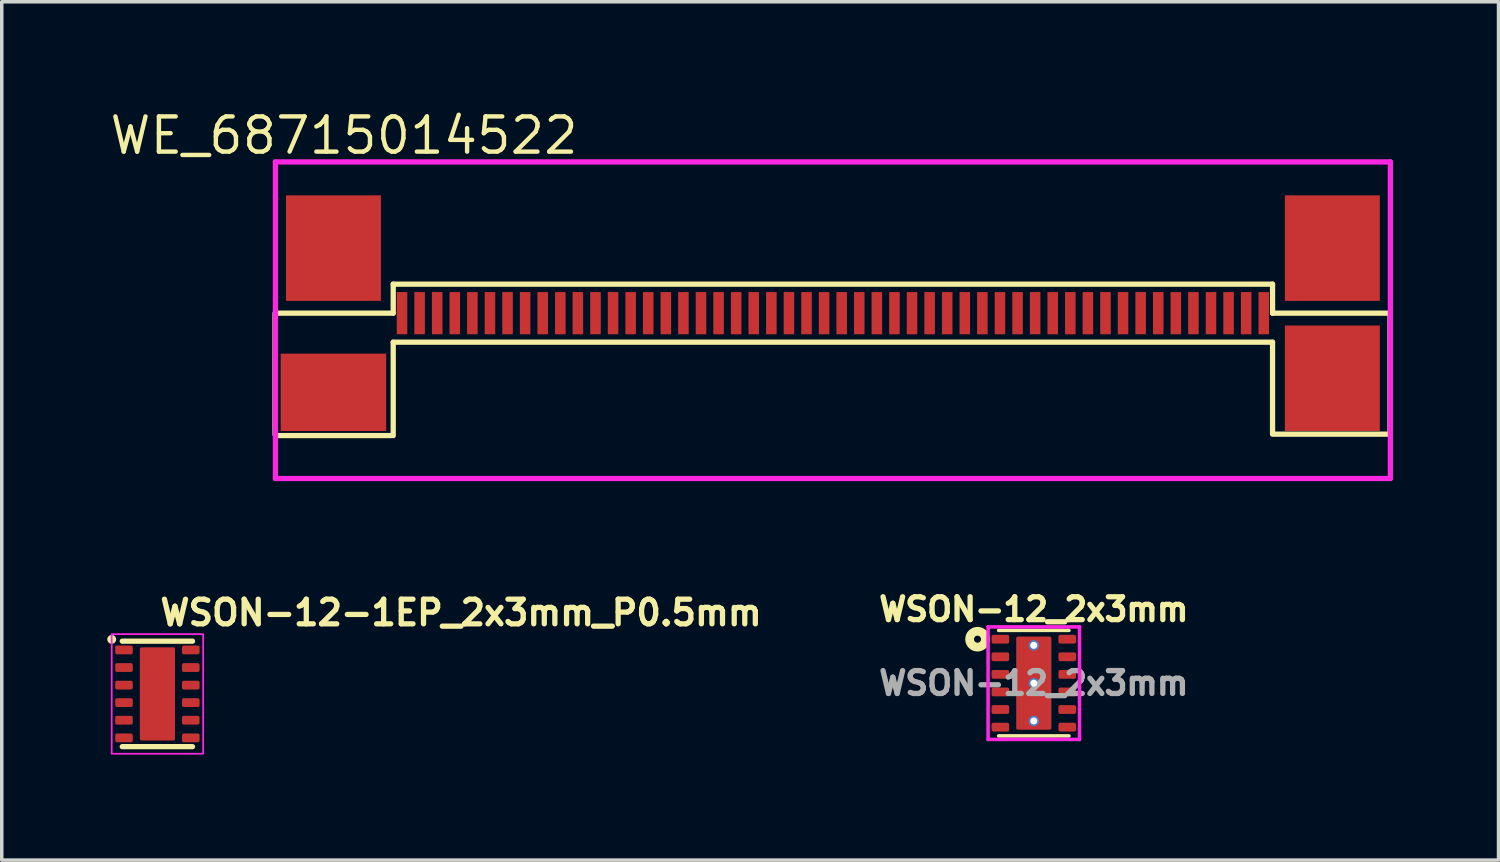
<source format=kicad_pcb>
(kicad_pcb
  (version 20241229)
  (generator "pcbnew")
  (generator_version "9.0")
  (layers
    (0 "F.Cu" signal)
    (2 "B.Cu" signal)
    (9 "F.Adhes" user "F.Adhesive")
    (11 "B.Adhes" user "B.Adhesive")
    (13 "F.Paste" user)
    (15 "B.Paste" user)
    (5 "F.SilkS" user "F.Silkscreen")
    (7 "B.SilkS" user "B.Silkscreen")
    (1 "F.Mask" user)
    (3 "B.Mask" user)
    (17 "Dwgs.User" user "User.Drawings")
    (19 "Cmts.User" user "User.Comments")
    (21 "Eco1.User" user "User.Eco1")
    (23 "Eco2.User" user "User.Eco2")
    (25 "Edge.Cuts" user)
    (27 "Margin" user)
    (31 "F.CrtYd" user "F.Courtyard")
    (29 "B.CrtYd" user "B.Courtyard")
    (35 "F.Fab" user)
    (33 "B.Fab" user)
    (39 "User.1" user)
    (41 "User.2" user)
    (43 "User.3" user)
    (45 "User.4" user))
  (footprint "WSON-12_2x3mm"
    (layer "F.Cu")
    (at 26.342 16.373)
    (property "Reference" "WSON-12_2x3mm" (at 0 -2.1 0) (layer "F.SilkS") (effects (font (size 0.65 0.65) (thickness 0.15))))
    (attr smd)
    (fp_line (start -1 -1.5) (end 1 -1.5) (stroke (width 0.1) (type solid)) (layer "F.SilkS"))
    (fp_line (start 1 1.5) (end -1 1.5) (stroke (width 0.1) (type solid)) (layer "F.SilkS"))
    (fp_circle (center -1.6 -1.25) (end -1.5 -1.25) (stroke (width 0.25) (type solid)) (fill no) (layer "F.SilkS"))
    (fp_poly (pts (xy -0.475 -1.3) (xy 0.475 -1.3) (xy 0.475 -0.125) (xy -0.475 -0.125)) (stroke (width 0.01) (type solid)) (fill yes) (layer "F.Paste"))
    (fp_poly (pts (xy 0.475 1.3) (xy -0.475 1.3) (xy -0.475 0.125) (xy 0.475 0.125)) (stroke (width 0.01) (type solid)) (fill yes) (layer "F.Paste"))
    (fp_line (start -1.3 -1.6) (end -1.3 1.6) (stroke (width 0.1) (type solid)) (layer "F.CrtYd"))
    (fp_line (start -1.3 -1.6) (end 1.3 -1.6) (stroke (width 0.1) (type solid)) (layer "F.CrtYd"))
    (fp_line (start 1.3 -1.6) (end 1.3 1.6) (stroke (width 0.1) (type solid)) (layer "F.CrtYd"))
    (fp_line (start 1.3 1.6) (end -1.3 1.6) (stroke (width 0.1) (type solid)) (layer "F.CrtYd"))
    (fp_text user "${REFERENCE}" (at 0 0 0) (layer "F.Fab") (effects (font (size 0.65 0.65) (thickness 0.15))))
    (pad "1" smd roundrect (at -0.95 -1.25) (size 0.5 0.25) (layers "F.Cu" "F.Mask" "F.Paste") (roundrect_rratio 0.2))
    (pad "2" smd roundrect (at -0.95 -0.75) (size 0.5 0.25) (layers "F.Cu" "F.Mask" "F.Paste") (roundrect_rratio 0.2))
    (pad "3" smd roundrect (at -0.95 -0.25) (size 0.5 0.25) (layers "F.Cu" "F.Mask" "F.Paste") (roundrect_rratio 0.2))
    (pad "4" smd roundrect (at -0.95 0.25) (size 0.5 0.25) (layers "F.Cu" "F.Mask" "F.Paste") (roundrect_rratio 0.2))
    (pad "5" smd roundrect (at -0.95 0.75) (size 0.5 0.25) (layers "F.Cu" "F.Mask" "F.Paste") (roundrect_rratio 0.2))
    (pad "6" smd roundrect (at -0.95 1.25) (size 0.5 0.25) (layers "F.Cu" "F.Mask" "F.Paste") (roundrect_rratio 0.2))
    (pad "7" smd roundrect (at 0.95 1.25 180) (size 0.5 0.25) (layers "F.Cu" "F.Mask" "F.Paste") (roundrect_rratio 0.2))
    (pad "8" smd roundrect (at 0.95 0.75 180) (size 0.5 0.25) (layers "F.Cu" "F.Mask" "F.Paste") (roundrect_rratio 0.2))
    (pad "9" smd roundrect (at 0.95 0.25 180) (size 0.5 0.25) (layers "F.Cu" "F.Mask" "F.Paste") (roundrect_rratio 0.2))
    (pad "10" smd roundrect (at 0.95 -0.25 180) (size 0.5 0.25) (layers "F.Cu" "F.Mask" "F.Paste") (roundrect_rratio 0.2))
    (pad "11" smd roundrect (at 0.95 -0.75 180) (size 0.5 0.25) (layers "F.Cu" "F.Mask" "F.Paste") (roundrect_rratio 0.2))
    (pad "12" smd roundrect (at 0.95 -1.25 180) (size 0.5 0.25) (layers "F.Cu" "F.Mask" "F.Paste") (roundrect_rratio 0.2))
    (pad "13" thru_hole circle (at 0 -1.075 180) (size 0.3 0.3) (drill 0.2) (layers "*.Cu" "*.Mask"))
    (pad "13" thru_hole circle (at 0 0 180) (size 0.3 0.3) (drill 0.2) (layers "*.Cu" "*.Mask"))
    (pad "13" smd roundrect (at 0 0) (size 1 2.65) (layers "F.Cu" "F.Mask" "F.Paste") (roundrect_rratio 0.05))
    (pad "13" thru_hole circle (at 0 1.075) (size 0.3 0.3) (drill 0.2) (layers "*.Cu" "*.Mask")))
  (footprint "WE_68715014522"
    (layer "F.Cu")
    (at 20.63 5.254)
    (property "Reference" "WE_68715014522" (at -13.9 -4.45 0) (layer "F.SilkS") (effects (font (size 1 1) (thickness 0.125))))
    (attr smd)
    (fp_line (start -15.86 4.05) (end -15.86 0.6) (stroke (width 0.15) (type solid)) (layer "F.SilkS"))
    (fp_line (start -15.83 0.6) (end -12.5 0.6) (stroke (width 0.15) (type solid)) (layer "F.SilkS"))
    (fp_line (start -12.56 4.08) (end -15.84 4.08) (stroke (width 0.15) (type solid)) (layer "F.SilkS"))
    (fp_line (start -12.5 -0.225) (end 12.5 -0.225) (stroke (width 0.15) (type solid)) (layer "F.SilkS"))
    (fp_line (start -12.5 0.6) (end -12.5 -0.225) (stroke (width 0.15) (type solid)) (layer "F.SilkS"))
    (fp_line (start -12.5 1.425) (end -12.5 4.08) (stroke (width 0.15) (type solid)) (layer "F.SilkS"))
    (fp_line (start -12.5 1.425) (end 12.5 1.425) (stroke (width 0.15) (type solid)) (layer "F.SilkS"))
    (fp_line (start 12.5 0.6) (end 12.5 -0.225) (stroke (width 0.15) (type solid)) (layer "F.SilkS"))
    (fp_line (start 12.5 1.425) (end 12.5 4.01) (stroke (width 0.15) (type solid)) (layer "F.SilkS"))
    (fp_line (start 12.5 4.04) (end 15.84 4.04) (stroke (width 0.15) (type solid)) (layer "F.SilkS"))
    (fp_line (start 15.81 0.6) (end 12.5 0.6) (stroke (width 0.15) (type solid)) (layer "F.SilkS"))
    (fp_line (start 15.84 4.04) (end 15.84 0.6) (stroke (width 0.15) (type solid)) (layer "F.SilkS"))
    (fp_line (start -15.85 -3.7) (end -15.85 5.3) (stroke (width 0.15) (type solid)) (layer "F.CrtYd"))
    (fp_line (start -15.85 5.3) (end 15.85 5.3) (stroke (width 0.15) (type solid)) (layer "F.CrtYd"))
    (fp_line (start 15.85 -3.7) (end -15.85 -3.7) (stroke (width 0.15) (type solid)) (layer "F.CrtYd"))
    (fp_line (start 15.85 5.3) (end 15.85 -3.7) (stroke (width 0.15) (type solid)) (layer "F.CrtYd"))
    (pad "1" smd rect (at -12.25 0.6) (size 0.3 1.2) (layers "F.Cu" "F.Mask" "F.Paste"))
    (pad "2" smd rect (at -11.75 0.6) (size 0.3 1.2) (layers "F.Cu" "F.Mask" "F.Paste"))
    (pad "3" smd rect (at -11.25 0.6) (size 0.3 1.2) (layers "F.Cu" "F.Mask" "F.Paste"))
    (pad "4" smd rect (at -10.75 0.6) (size 0.3 1.2) (layers "F.Cu" "F.Mask" "F.Paste"))
    (pad "5" smd rect (at -10.25 0.6) (size 0.3 1.2) (layers "F.Cu" "F.Mask" "F.Paste"))
    (pad "6" smd rect (at -9.75 0.6) (size 0.3 1.2) (layers "F.Cu" "F.Mask" "F.Paste"))
    (pad "7" smd rect (at -9.25 0.6) (size 0.3 1.2) (layers "F.Cu" "F.Mask" "F.Paste"))
    (pad "8" smd rect (at -8.75 0.6) (size 0.3 1.2) (layers "F.Cu" "F.Mask" "F.Paste"))
    (pad "9" smd rect (at -8.25 0.6) (size 0.3 1.2) (layers "F.Cu" "F.Mask" "F.Paste"))
    (pad "10" smd rect (at -7.75 0.6) (size 0.3 1.2) (layers "F.Cu" "F.Mask" "F.Paste"))
    (pad "11" smd rect (at -7.25 0.6) (size 0.3 1.2) (layers "F.Cu" "F.Mask" "F.Paste"))
    (pad "12" smd rect (at -6.75 0.6) (size 0.3 1.2) (layers "F.Cu" "F.Mask" "F.Paste"))
    (pad "13" smd rect (at -6.25 0.6) (size 0.3 1.2) (layers "F.Cu" "F.Mask" "F.Paste"))
    (pad "14" smd rect (at -5.75 0.6) (size 0.3 1.2) (layers "F.Cu" "F.Mask" "F.Paste"))
    (pad "15" smd rect (at -5.25 0.6) (size 0.3 1.2) (layers "F.Cu" "F.Mask" "F.Paste"))
    (pad "16" smd rect (at -4.75 0.6) (size 0.3 1.2) (layers "F.Cu" "F.Mask" "F.Paste"))
    (pad "17" smd rect (at -4.25 0.6) (size 0.3 1.2) (layers "F.Cu" "F.Mask" "F.Paste"))
    (pad "18" smd rect (at -3.75 0.6) (size 0.3 1.2) (layers "F.Cu" "F.Mask" "F.Paste"))
    (pad "19" smd rect (at -3.25 0.6) (size 0.3 1.2) (layers "F.Cu" "F.Mask" "F.Paste"))
    (pad "20" smd rect (at -2.75 0.6) (size 0.3 1.2) (layers "F.Cu" "F.Mask" "F.Paste"))
    (pad "21" smd rect (at -2.25 0.6) (size 0.3 1.2) (layers "F.Cu" "F.Mask" "F.Paste"))
    (pad "22" smd rect (at -1.75 0.6) (size 0.3 1.2) (layers "F.Cu" "F.Mask" "F.Paste"))
    (pad "23" smd rect (at -1.25 0.6) (size 0.3 1.2) (layers "F.Cu" "F.Mask" "F.Paste"))
    (pad "24" smd rect (at -0.75 0.6) (size 0.3 1.2) (layers "F.Cu" "F.Mask" "F.Paste"))
    (pad "25" smd rect (at -0.25 0.6) (size 0.3 1.2) (layers "F.Cu" "F.Mask" "F.Paste"))
    (pad "26" smd rect (at 0.25 0.6) (size 0.3 1.2) (layers "F.Cu" "F.Mask" "F.Paste"))
    (pad "27" smd rect (at 0.75 0.6) (size 0.3 1.2) (layers "F.Cu" "F.Mask" "F.Paste"))
    (pad "28" smd rect (at 1.25 0.6) (size 0.3 1.2) (layers "F.Cu" "F.Mask" "F.Paste"))
    (pad "29" smd rect (at 1.75 0.6) (size 0.3 1.2) (layers "F.Cu" "F.Mask" "F.Paste"))
    (pad "30" smd rect (at 2.25 0.6) (size 0.3 1.2) (layers "F.Cu" "F.Mask" "F.Paste"))
    (pad "31" smd rect (at 2.75 0.6) (size 0.3 1.2) (layers "F.Cu" "F.Mask" "F.Paste"))
    (pad "32" smd rect (at 3.25 0.6) (size 0.3 1.2) (layers "F.Cu" "F.Mask" "F.Paste"))
    (pad "33" smd rect (at 3.75 0.6) (size 0.3 1.2) (layers "F.Cu" "F.Mask" "F.Paste"))
    (pad "34" smd rect (at 4.25 0.6) (size 0.3 1.2) (layers "F.Cu" "F.Mask" "F.Paste"))
    (pad "35" smd rect (at 4.75 0.6) (size 0.3 1.2) (layers "F.Cu" "F.Mask" "F.Paste"))
    (pad "36" smd rect (at 5.25 0.6) (size 0.3 1.2) (layers "F.Cu" "F.Mask" "F.Paste"))
    (pad "37" smd rect (at 5.75 0.6) (size 0.3 1.2) (layers "F.Cu" "F.Mask" "F.Paste"))
    (pad "38" smd rect (at 6.25 0.6) (size 0.3 1.2) (layers "F.Cu" "F.Mask" "F.Paste"))
    (pad "39" smd rect (at 6.75 0.6) (size 0.3 1.2) (layers "F.Cu" "F.Mask" "F.Paste"))
    (pad "40" smd rect (at 7.25 0.6) (size 0.3 1.2) (layers "F.Cu" "F.Mask" "F.Paste"))
    (pad "41" smd rect (at 7.75 0.6) (size 0.3 1.2) (layers "F.Cu" "F.Mask" "F.Paste"))
    (pad "42" smd rect (at 8.25 0.6) (size 0.3 1.2) (layers "F.Cu" "F.Mask" "F.Paste"))
    (pad "43" smd rect (at 8.75 0.6) (size 0.3 1.2) (layers "F.Cu" "F.Mask" "F.Paste"))
    (pad "44" smd rect (at 9.25 0.6) (size 0.3 1.2) (layers "F.Cu" "F.Mask" "F.Paste"))
    (pad "45" smd rect (at 9.75 0.6) (size 0.3 1.2) (layers "F.Cu" "F.Mask" "F.Paste"))
    (pad "46" smd rect (at 10.25 0.6) (size 0.3 1.2) (layers "F.Cu" "F.Mask" "F.Paste"))
    (pad "47" smd rect (at 10.75 0.6) (size 0.3 1.2) (layers "F.Cu" "F.Mask" "F.Paste"))
    (pad "48" smd rect (at 11.25 0.6) (size 0.3 1.2) (layers "F.Cu" "F.Mask" "F.Paste"))
    (pad "49" smd rect (at 11.75 0.6) (size 0.3 1.2) (layers "F.Cu" "F.Mask" "F.Paste"))
    (pad "50" smd rect (at 12.25 0.6) (size 0.3 1.2) (layers "F.Cu" "F.Mask" "F.Paste"))
    (pad "~" smd rect (at -14.2 -1.25) (size 2.7 3) (layers "F.Cu" "F.Mask" "F.Paste"))
    (pad "~" smd rect (at -14.2 2.85) (size 3 2.2) (layers "F.Cu" "F.Mask" "F.Paste"))
    (pad "~" smd rect (at 14.2 -1.25) (size 2.7 3) (layers "F.Cu" "F.Mask" "F.Paste"))
    (pad "~" smd rect (at 14.2 2.45) (size 2.7 3) (layers "F.Cu" "F.Mask" "F.Paste")))
  (footprint "WSON-12-1EP_2x3mm_P0.5mm"
    (layer "F.Cu")
    (at 1.426 16.679)
    (property "Reference" "WSON-12-1EP_2x3mm_P0.5mm" (at 0 -1.9 0) (layer "F.SilkS") (effects (font (size 0.7 0.7) (thickness 0.15)) (justify left bottom)))
    (attr smd)
    (fp_line (start -1 -1.5) (end 0.997 -1.5) (stroke (width 0.15) (type solid)) (layer "F.SilkS"))
    (fp_line (start 0.997 1.499) (end -1 1.499) (stroke (width 0.15) (type solid)) (layer "F.SilkS"))
    (fp_circle (center -1.3 -1.551) (end -1.249 -1.551) (stroke (width 0.15) (type solid)) (fill yes) (layer "F.SilkS"))
    (fp_poly (pts (xy -0.476 -1.301) (xy 0.473 -1.301) (xy 0.473 -0.125) (xy -0.476 -0.125)) (stroke (width 0.01) (type solid)) (fill yes) (layer "F.Paste"))
    (fp_poly (pts (xy 0.473 1.3) (xy -0.476 1.3) (xy -0.476 0.122) (xy 0.473 0.122)) (stroke (width 0.01) (type solid)) (fill yes) (layer "F.Paste"))
    (fp_rect (start -1.3 -1.7) (end 1.3 1.7) (stroke (width 0.05) (type solid)) (fill no) (layer "F.CrtYd"))
    (fp_rect (start -1 -1.5) (end 0.998 1.499) (stroke (width 0.1) (type solid)) (fill no) (layer "User.5"))
    (fp_line (start -1 -1.5) (end -1 1.499) (stroke (width 0.02) (type solid)) (layer "User.9"))
    (fp_line (start -1 1.499) (end 0.998 1.499) (stroke (width 0.02) (type solid)) (layer "User.9"))
    (fp_line (start 0.998 -1.5) (end -1 -1.5) (stroke (width 0.02) (type solid)) (layer "User.9"))
    (fp_line (start 0.998 1.499) (end 0.998 -1.5) (stroke (width 0.02) (type solid)) (layer "User.9"))
    (pad "1" smd roundrect (at -0.951 -1.25) (size 0.5 0.25) (layers "F.Cu" "F.Mask" "F.Paste") (roundrect_rratio 0.2))
    (pad "2" smd roundrect (at -0.951 -0.75) (size 0.5 0.25) (layers "F.Cu" "F.Mask" "F.Paste") (roundrect_rratio 0.2))
    (pad "3" smd roundrect (at -0.951 -0.25) (size 0.5 0.25) (layers "F.Cu" "F.Mask" "F.Paste") (roundrect_rratio 0.2))
    (pad "4" smd roundrect (at -0.951 0.247) (size 0.5 0.25) (layers "F.Cu" "F.Mask" "F.Paste") (roundrect_rratio 0.2))
    (pad "5" smd roundrect (at -0.951 0.747) (size 0.5 0.25) (layers "F.Cu" "F.Mask" "F.Paste") (roundrect_rratio 0.2))
    (pad "6" smd roundrect (at -0.951 1.249) (size 0.5 0.25) (layers "F.Cu" "F.Mask" "F.Paste") (roundrect_rratio 0.2))
    (pad "7" smd roundrect (at 0.948 1.249 180) (size 0.5 0.25) (layers "F.Cu" "F.Mask" "F.Paste") (roundrect_rratio 0.2))
    (pad "8" smd roundrect (at 0.948 0.747 180) (size 0.5 0.25) (layers "F.Cu" "F.Mask" "F.Paste") (roundrect_rratio 0.2))
    (pad "9" smd roundrect (at 0.948 0.247 180) (size 0.5 0.25) (layers "F.Cu" "F.Mask" "F.Paste") (roundrect_rratio 0.2))
    (pad "10" smd roundrect (at 0.948 -0.25 180) (size 0.5 0.25) (layers "F.Cu" "F.Mask" "F.Paste") (roundrect_rratio 0.2))
    (pad "11" smd roundrect (at 0.948 -0.75 180) (size 0.5 0.25) (layers "F.Cu" "F.Mask" "F.Paste") (roundrect_rratio 0.2))
    (pad "12" smd roundrect (at 0.948 -1.25 180) (size 0.5 0.25) (layers "F.Cu" "F.Mask" "F.Paste") (roundrect_rratio 0.2))
    (pad "13" smd roundrect (at 0 0) (size 1 2.65) (layers "F.Cu" "F.Mask" "F.Paste") (roundrect_rratio 0.05)))
  (gr_rect
    (start -3 -3)
    (end 39.555 21.404)
    (stroke (width 0.1) (type default))
    (fill no)
    (layer "Edge.Cuts")))
</source>
